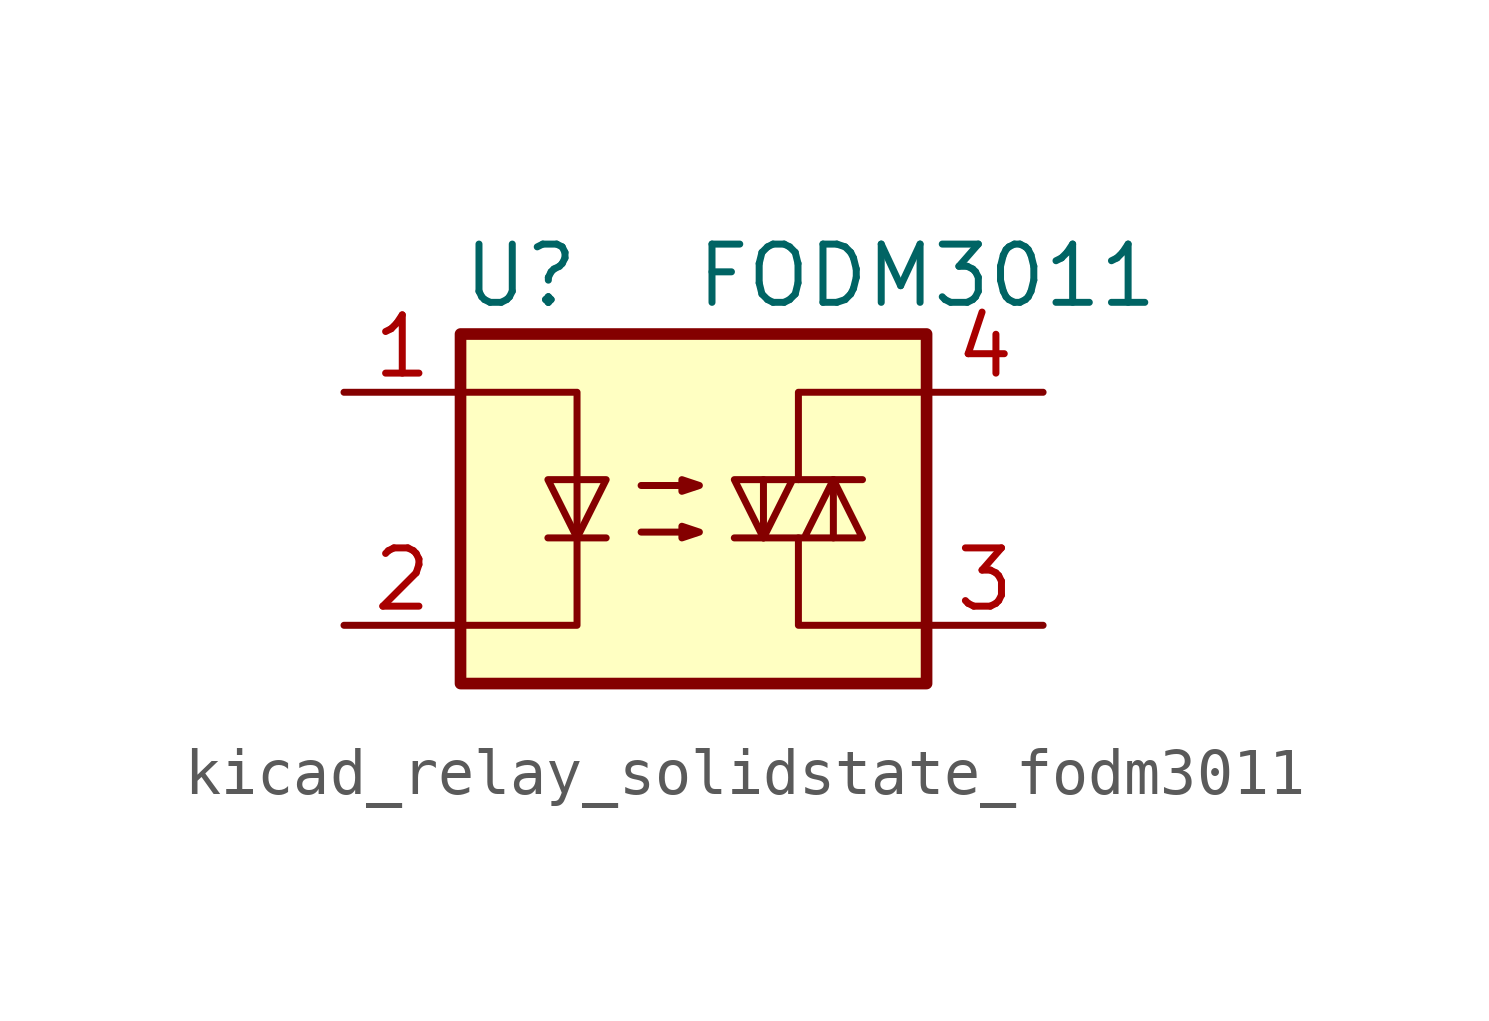
<source format=kicad_sym>
(kicad_symbol_lib
  (version 20220914)
  (generator kicad_symbol_editor)
  (symbol "kicad_relay_solidstate_fodm3011"
    (property "Reference" "U"
      (at -5.08 5.08 0)
      (effects (font (size 1.27 1.27)) (justify left)))
    (property "Value" "FODM3011"
      (at 0 5.08 0)
      (effects (font (size 1.27 1.27)) (justify left)))
    (symbol "kicad_relay_solidstate_fodm3011_0_1"
      (rectangle (start -5.08 3.81) (end 5.08 -3.81) (stroke (width 0.254) (type default)) (fill (type background)))
      (polyline (pts (xy -3.175 -0.635) (xy -1.905 -0.635)) (stroke (width 0) (type default)) (fill (type none)))
      (polyline (pts (xy 1.524 -0.635) (xy 1.524 0.635)) (stroke (width 0) (type default)) (fill (type none)))
      (polyline (pts (xy 3.048 0.635) (xy 3.048 -0.635)) (stroke (width 0) (type default)) (fill (type none)))
      (polyline (pts (xy 2.286 -0.635) (xy 2.286 -2.54) (xy 5.08 -2.54)) (stroke (width 0) (type default)) (fill (type none)))
      (polyline (pts (xy 2.286 0.635) (xy 2.286 2.54) (xy 5.08 2.54)) (stroke (width 0) (type default)) (fill (type none)))
      (polyline (pts (xy -5.08 2.54) (xy -2.54 2.54) (xy -2.54 -2.54) (xy -5.08 -2.54)) (stroke (width 0) (type default)) (fill (type none)))
      (polyline (pts (xy -2.54 -0.635) (xy -3.175 0.635) (xy -1.905 0.635) (xy -2.54 -0.635)) (stroke (width 0) (type default)) (fill (type none)))
      (polyline (pts (xy 0.889 -0.635) (xy 3.683 -0.635) (xy 3.048 0.635) (xy 2.413 -0.635)) (stroke (width 0) (type default)) (fill (type none)))
      (polyline (pts (xy 3.683 0.635) (xy 0.889 0.635) (xy 1.524 -0.635) (xy 2.159 0.635)) (stroke (width 0) (type default)) (fill (type none)))
      (polyline (pts (xy -1.143 -0.508) (xy 0.127 -0.508) (xy -0.254 -0.635) (xy -0.254 -0.381) (xy 0.127 -0.508)) (stroke (width 0) (type default)) (fill (type none)))
      (polyline (pts (xy -1.143 0.508) (xy 0.127 0.508) (xy -0.254 0.381) (xy -0.254 0.635) (xy 0.127 0.508)) (stroke (width 0) (type default)) (fill (type none))))
    (symbol "kicad_relay_solidstate_fodm3011_1_1"
      (pin passive line (at -7.62 2.54 0) (length 2.54) (name "~" (effects (font (size 1.27 1.27)))) (number "1" (effects (font (size 1.27 1.27)))))
      (pin passive line (at -7.62 -2.54 0) (length 2.54) (name "~" (effects (font (size 1.27 1.27)))) (number "2" (effects (font (size 1.27 1.27)))))
      (pin passive line (at 7.62 -2.54 180) (length 2.54) (name "~" (effects (font (size 1.27 1.27)))) (number "3" (effects (font (size 1.27 1.27)))))
      (pin passive line (at 7.62 2.54 180) (length 2.54) (name "~" (effects (font (size 1.27 1.27)))) (number "4" (effects (font (size 1.27 1.27))))))))
</source>
